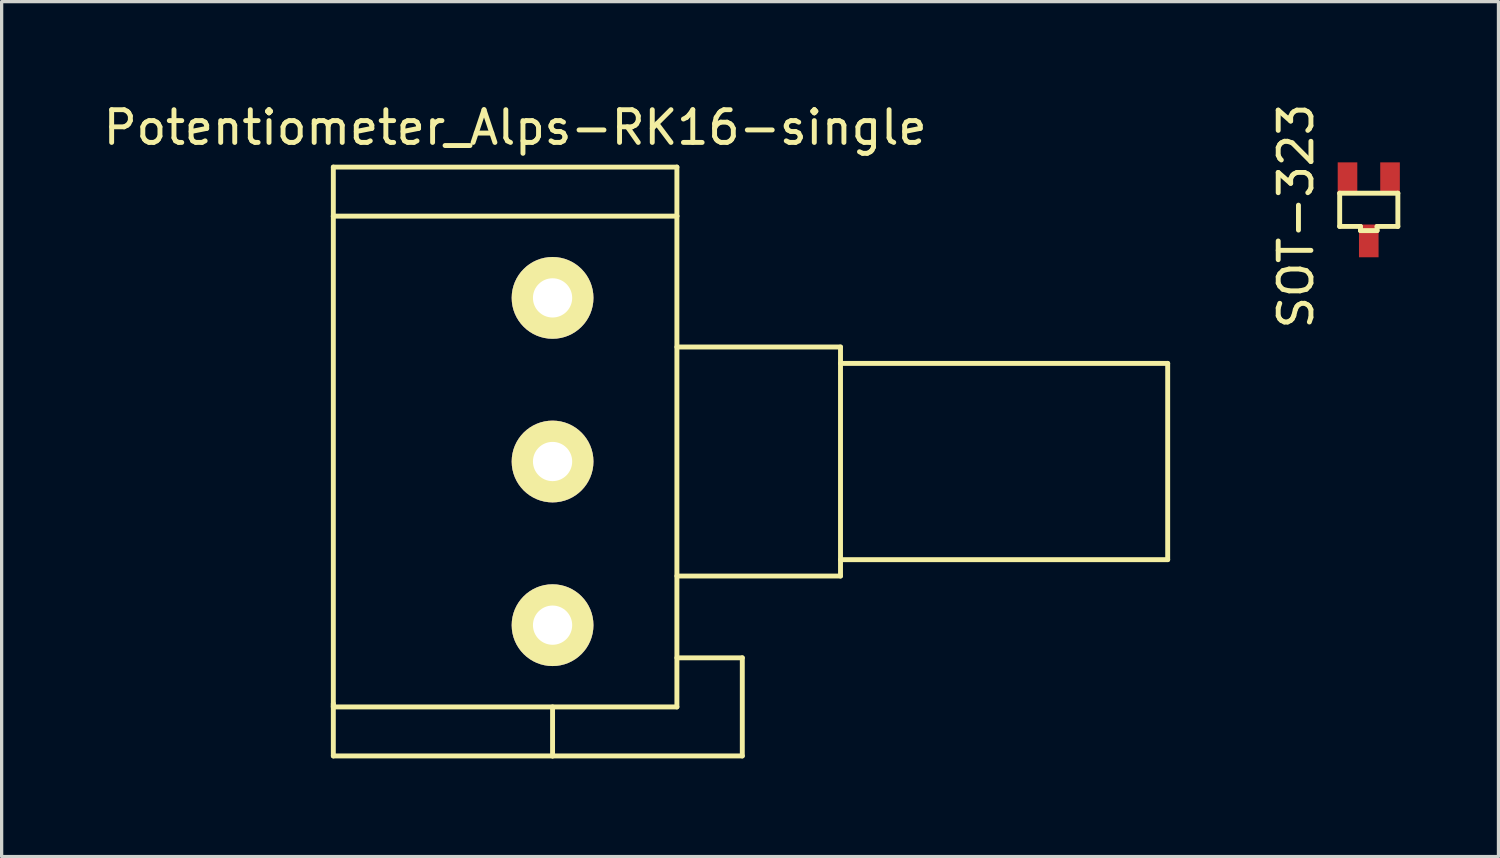
<source format=kicad_pcb>
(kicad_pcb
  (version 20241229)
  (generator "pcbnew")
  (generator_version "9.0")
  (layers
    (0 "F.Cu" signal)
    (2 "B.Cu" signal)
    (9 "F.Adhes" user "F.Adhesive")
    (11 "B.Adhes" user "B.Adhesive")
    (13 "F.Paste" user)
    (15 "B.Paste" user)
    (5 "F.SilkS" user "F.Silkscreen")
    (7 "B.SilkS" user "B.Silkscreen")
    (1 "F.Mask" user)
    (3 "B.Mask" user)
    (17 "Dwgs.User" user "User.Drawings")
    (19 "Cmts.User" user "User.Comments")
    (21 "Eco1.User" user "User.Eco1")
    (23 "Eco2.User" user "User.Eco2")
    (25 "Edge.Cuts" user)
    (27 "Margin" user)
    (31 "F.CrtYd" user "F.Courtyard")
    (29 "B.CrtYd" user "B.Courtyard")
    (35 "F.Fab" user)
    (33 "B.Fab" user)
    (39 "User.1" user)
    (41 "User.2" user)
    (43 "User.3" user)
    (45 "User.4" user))
  (footprint "SOT-323"
    (layer "F.Cu")
    (at 38.786 3.363)
    (property "Reference" "SOT-323" (at -2.223 0.191 90) (layer "F.SilkS") (effects (font (size 1 1) (thickness 0.15))))
    (attr smd)
    (fp_line (start -0.889 -0.508) (end -0.889 0.508) (stroke (width 0.15) (type solid)) (layer "F.SilkS"))
    (fp_line (start -0.889 0.508) (end -0.254 0.508) (stroke (width 0.15) (type solid)) (layer "F.SilkS"))
    (fp_line (start -0.254 0.508) (end -0.254 0.635) (stroke (width 0.15) (type solid)) (layer "F.SilkS"))
    (fp_line (start -0.254 0.635) (end 0.254 0.635) (stroke (width 0.15) (type solid)) (layer "F.SilkS"))
    (fp_line (start 0.254 0.508) (end 0.889 0.508) (stroke (width 0.15) (type solid)) (layer "F.SilkS"))
    (fp_line (start 0.254 0.635) (end 0.254 0.508) (stroke (width 0.15) (type solid)) (layer "F.SilkS"))
    (fp_line (start 0.889 -0.508) (end -0.889 -0.508) (stroke (width 0.15) (type solid)) (layer "F.SilkS"))
    (fp_line (start 0.889 0.508) (end 0.889 -0.508) (stroke (width 0.15) (type solid)) (layer "F.SilkS"))
    (pad "1" smd rect (at 0.65 -0.95) (size 0.599 1.001) (layers "F.Cu" "F.Mask" "F.Paste"))
    (pad "2" smd rect (at -0.65 -0.95) (size 0.599 1.001) (layers "F.Cu" "F.Mask" "F.Paste"))
    (pad "3" smd rect (at 0 0.95) (size 0.599 1.001) (layers "F.Cu" "F.Mask" "F.Paste")))
  (footprint "Potentiometer_Alps-RK16-single"
    (layer "F.Cu")
    (at 13.839 6.055)
    (property "Reference" "Potentiometer_Alps-RK16-single" (at -1.143 -5.207 0) (layer "F.SilkS") (effects (font (size 1 1) (thickness 0.15))))
    (attr through_hole)
    (fp_line (start -6.701 -3.998) (end -6.701 -2.499) (stroke (width 0.15) (type solid)) (layer "F.SilkS"))
    (fp_line (start -6.701 -2.499) (end -6.701 12.502) (stroke (width 0.15) (type solid)) (layer "F.SilkS"))
    (fp_line (start -6.701 12.502) (end 3.8 12.502) (stroke (width 0.15) (type solid)) (layer "F.SilkS"))
    (fp_line (start -6.701 14) (end -6.701 12.4) (stroke (width 0.15) (type solid)) (layer "F.SilkS"))
    (fp_line (start 0 14) (end -6.701 14) (stroke (width 0.15) (type solid)) (layer "F.SilkS"))
    (fp_line (start 0 14) (end 0 12.502) (stroke (width 0.15) (type solid)) (layer "F.SilkS"))
    (fp_line (start 3.8 -3.998) (end -6.701 -3.998) (stroke (width 0.15) (type solid)) (layer "F.SilkS"))
    (fp_line (start 3.8 -2.499) (end -6.701 -2.499) (stroke (width 0.15) (type solid)) (layer "F.SilkS"))
    (fp_line (start 3.8 -2.499) (end 3.8 -3.998) (stroke (width 0.15) (type solid)) (layer "F.SilkS"))
    (fp_line (start 3.8 1.501) (end 8.801 1.501) (stroke (width 0.15) (type solid)) (layer "F.SilkS"))
    (fp_line (start 3.8 11.001) (end 5.799 11.001) (stroke (width 0.15) (type solid)) (layer "F.SilkS"))
    (fp_line (start 3.8 12.502) (end 3.8 -2.499) (stroke (width 0.15) (type solid)) (layer "F.SilkS"))
    (fp_line (start 5.799 11.001) (end 5.799 14) (stroke (width 0.15) (type solid)) (layer "F.SilkS"))
    (fp_line (start 5.799 14) (end 0 14) (stroke (width 0.15) (type solid)) (layer "F.SilkS"))
    (fp_line (start 8.801 1.501) (end 8.801 8.501) (stroke (width 0.15) (type solid)) (layer "F.SilkS"))
    (fp_line (start 8.801 2.002) (end 18.801 2.002) (stroke (width 0.15) (type solid)) (layer "F.SilkS"))
    (fp_line (start 8.801 8.501) (end 3.8 8.501) (stroke (width 0.15) (type solid)) (layer "F.SilkS"))
    (fp_line (start 18.801 2.002) (end 18.801 8.001) (stroke (width 0.15) (type solid)) (layer "F.SilkS"))
    (fp_line (start 18.801 8.001) (end 8.801 8.001) (stroke (width 0.15) (type solid)) (layer "F.SilkS"))
    (pad "1" thru_hole circle (at 0 0) (size 2.499 2.499) (drill 1.199) (layers "*.Cu" "*.Mask" "F.SilkS"))
    (pad "2" thru_hole circle (at 0 5.001) (size 2.499 2.499) (drill 1.199) (layers "*.Cu" "*.Mask" "F.SilkS"))
    (pad "3" thru_hole circle (at 0 10.003) (size 2.499 2.499) (drill 1.199) (layers "*.Cu" "*.Mask" "F.SilkS")))
  (gr_rect
    (start -3 -3)
    (end 42.75 23.131)
    (stroke (width 0.1) (type default))
    (fill no)
    (layer "Edge.Cuts")))
</source>
